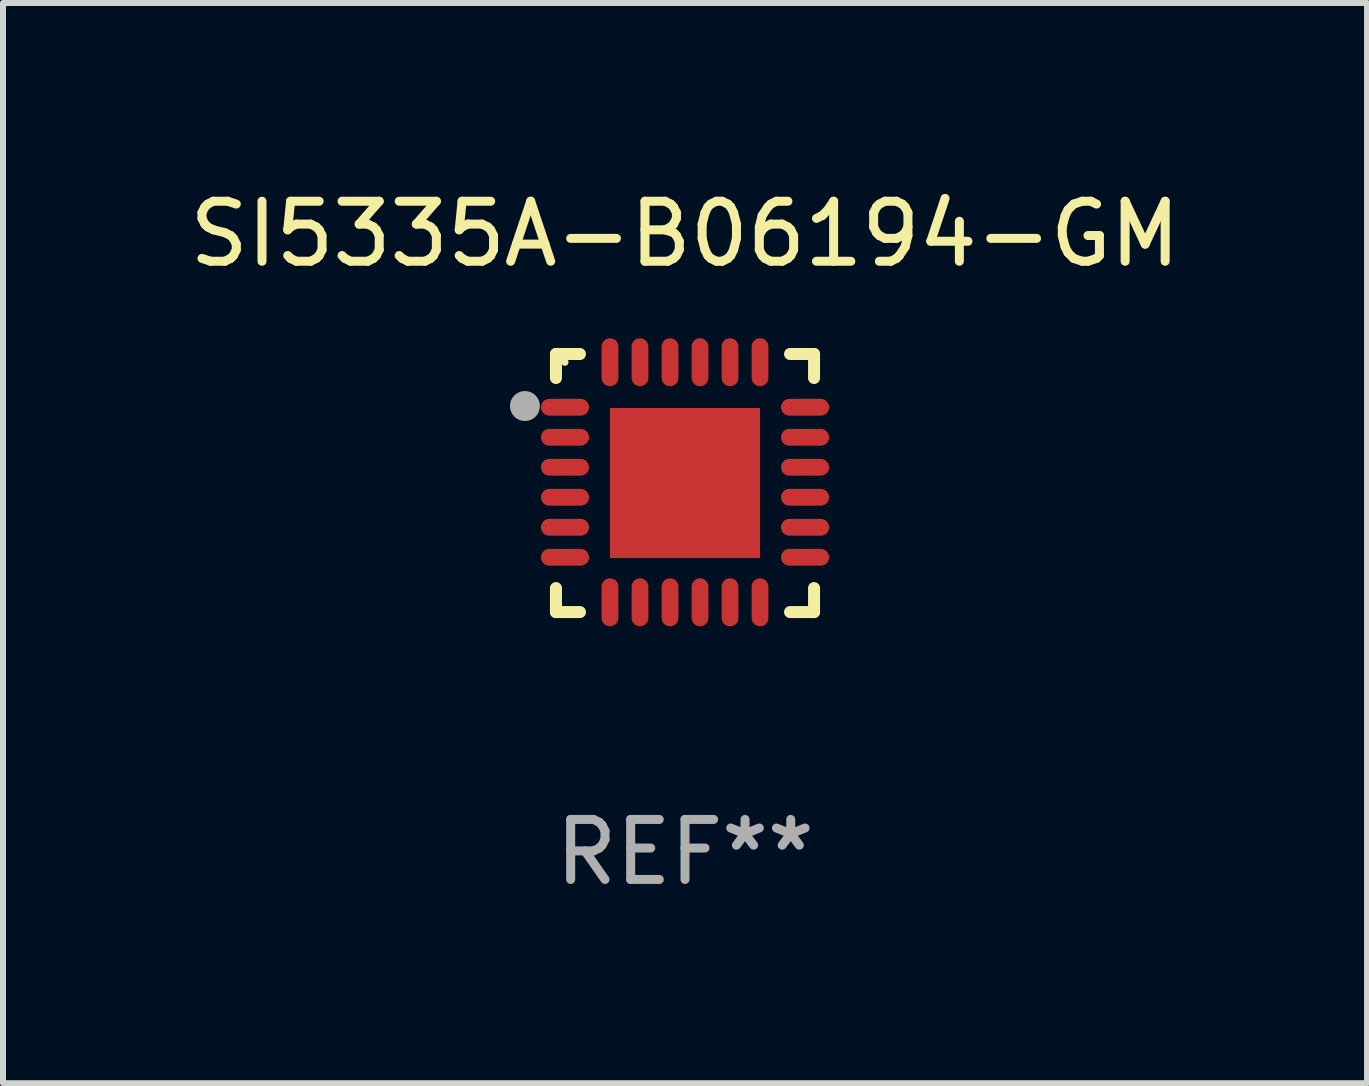
<source format=kicad_pcb>
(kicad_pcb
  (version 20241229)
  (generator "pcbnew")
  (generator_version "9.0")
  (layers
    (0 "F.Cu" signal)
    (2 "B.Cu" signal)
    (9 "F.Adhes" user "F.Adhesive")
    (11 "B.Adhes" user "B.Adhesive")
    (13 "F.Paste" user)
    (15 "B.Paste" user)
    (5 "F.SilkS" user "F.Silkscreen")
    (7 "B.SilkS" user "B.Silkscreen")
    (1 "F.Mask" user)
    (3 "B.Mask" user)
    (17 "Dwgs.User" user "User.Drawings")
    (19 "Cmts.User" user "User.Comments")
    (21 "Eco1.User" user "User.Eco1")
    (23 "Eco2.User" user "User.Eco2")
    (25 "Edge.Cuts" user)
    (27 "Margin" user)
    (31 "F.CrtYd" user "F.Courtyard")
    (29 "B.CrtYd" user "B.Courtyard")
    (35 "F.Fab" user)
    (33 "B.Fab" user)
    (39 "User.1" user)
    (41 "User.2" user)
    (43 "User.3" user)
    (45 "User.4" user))
  (footprint "SI5335A-B06194-GM"
    (layer "F.Cu")
    (at 8.363 4.998)
    (property "Reference" "SI5335A-B06194-GM" (at 0 -4.15 0) (layer "F.SilkS") (effects (font (size 1 1) (thickness 0.15))))
    (attr through_hole)
    (fp_line (start -2.15 -2.15) (end -1.75 -2.15) (stroke (width 0.2) (type solid)) (layer "F.SilkS"))
    (fp_line (start -2.15 -1.75) (end -2.15 -2.15) (stroke (width 0.2) (type solid)) (layer "F.SilkS"))
    (fp_line (start -2.15 2.15) (end -2.15 1.75) (stroke (width 0.2) (type solid)) (layer "F.SilkS"))
    (fp_line (start -1.75 2.15) (end -2.15 2.15) (stroke (width 0.2) (type solid)) (layer "F.SilkS"))
    (fp_line (start 1.75 -2.15) (end 2.15 -2.15) (stroke (width 0.2) (type solid)) (layer "F.SilkS"))
    (fp_line (start 1.75 2.15) (end 2.15 2.15) (stroke (width 0.2) (type solid)) (layer "F.SilkS"))
    (fp_line (start 2.15 -2.15) (end 2.15 -1.75) (stroke (width 0.2) (type solid)) (layer "F.SilkS"))
    (fp_line (start 2.15 2.15) (end 2.15 1.75) (stroke (width 0.2) (type solid)) (layer "F.SilkS"))
    (fp_circle (center -2 -2.013) (end -1.97 -2.013) (stroke (width 0.06) (type solid)) (fill no) (layer "F.SilkS"))
    (fp_circle (center -2.667 -1.283) (end -2.542 -1.283) (stroke (width 0.25) (type solid)) (fill no) (layer "F.Fab"))
    (fp_text user "REF**" (at 0 6.15 0) (layer "F.Fab") (effects (font (size 1 1) (thickness 0.15))))
    (pad "1" smd oval (at -2 -1.263) (size 0.8 0.28) (layers "F.Cu" "F.Mask" "F.Paste"))
    (pad "2" smd oval (at -2 -0.763) (size 0.8 0.28) (layers "F.Cu" "F.Mask" "F.Paste"))
    (pad "3" smd oval (at -2 -0.263) (size 0.8 0.28) (layers "F.Cu" "F.Mask" "F.Paste"))
    (pad "4" smd oval (at -2 0.237) (size 0.8 0.28) (layers "F.Cu" "F.Mask" "F.Paste"))
    (pad "5" smd oval (at -2 0.737) (size 0.8 0.28) (layers "F.Cu" "F.Mask" "F.Paste"))
    (pad "6" smd oval (at -2 1.237) (size 0.8 0.28) (layers "F.Cu" "F.Mask" "F.Paste"))
    (pad "7" smd oval (at -1.25 1.987) (size 0.28 0.8) (layers "F.Cu" "F.Mask" "F.Paste"))
    (pad "8" smd oval (at -0.75 1.987) (size 0.28 0.8) (layers "F.Cu" "F.Mask" "F.Paste"))
    (pad "9" smd oval (at -0.25 1.987) (size 0.28 0.8) (layers "F.Cu" "F.Mask" "F.Paste"))
    (pad "10" smd oval (at 0.25 1.987) (size 0.28 0.8) (layers "F.Cu" "F.Mask" "F.Paste"))
    (pad "11" smd oval (at 0.75 1.987) (size 0.28 0.8) (layers "F.Cu" "F.Mask" "F.Paste"))
    (pad "12" smd oval (at 1.25 1.987) (size 0.28 0.8) (layers "F.Cu" "F.Mask" "F.Paste"))
    (pad "13" smd oval (at 2 1.237) (size 0.8 0.28) (layers "F.Cu" "F.Mask" "F.Paste"))
    (pad "14" smd oval (at 2 0.737) (size 0.8 0.28) (layers "F.Cu" "F.Mask" "F.Paste"))
    (pad "15" smd oval (at 2 0.237) (size 0.8 0.28) (layers "F.Cu" "F.Mask" "F.Paste"))
    (pad "16" smd oval (at 2 -0.263) (size 0.8 0.28) (layers "F.Cu" "F.Mask" "F.Paste"))
    (pad "17" smd oval (at 2 -0.763) (size 0.8 0.28) (layers "F.Cu" "F.Mask" "F.Paste"))
    (pad "18" smd oval (at 2 -1.263) (size 0.8 0.28) (layers "F.Cu" "F.Mask" "F.Paste"))
    (pad "19" smd oval (at 1.25 -2.013) (size 0.28 0.8) (layers "F.Cu" "F.Mask" "F.Paste"))
    (pad "20" smd oval (at 0.75 -2.013) (size 0.28 0.8) (layers "F.Cu" "F.Mask" "F.Paste"))
    (pad "21" smd oval (at 0.25 -2.013) (size 0.28 0.8) (layers "F.Cu" "F.Mask" "F.Paste"))
    (pad "22" smd oval (at -0.25 -2.013) (size 0.28 0.8) (layers "F.Cu" "F.Mask" "F.Paste"))
    (pad "23" smd oval (at -0.75 -2.013) (size 0.28 0.8) (layers "F.Cu" "F.Mask" "F.Paste"))
    (pad "24" smd oval (at -1.25 -2.013) (size 0.28 0.8) (layers "F.Cu" "F.Mask" "F.Paste"))
    (pad "25" smd rect (at -0.000127 -0.00014) (size 2.5 2.5) (layers "F.Cu" "F.Mask" "F.Paste")))
  (gr_rect
    (start -3 -3)
    (end 19.726 14.997)
    (stroke (width 0.1) (type default))
    (fill no)
    (layer "Edge.Cuts")))
</source>
